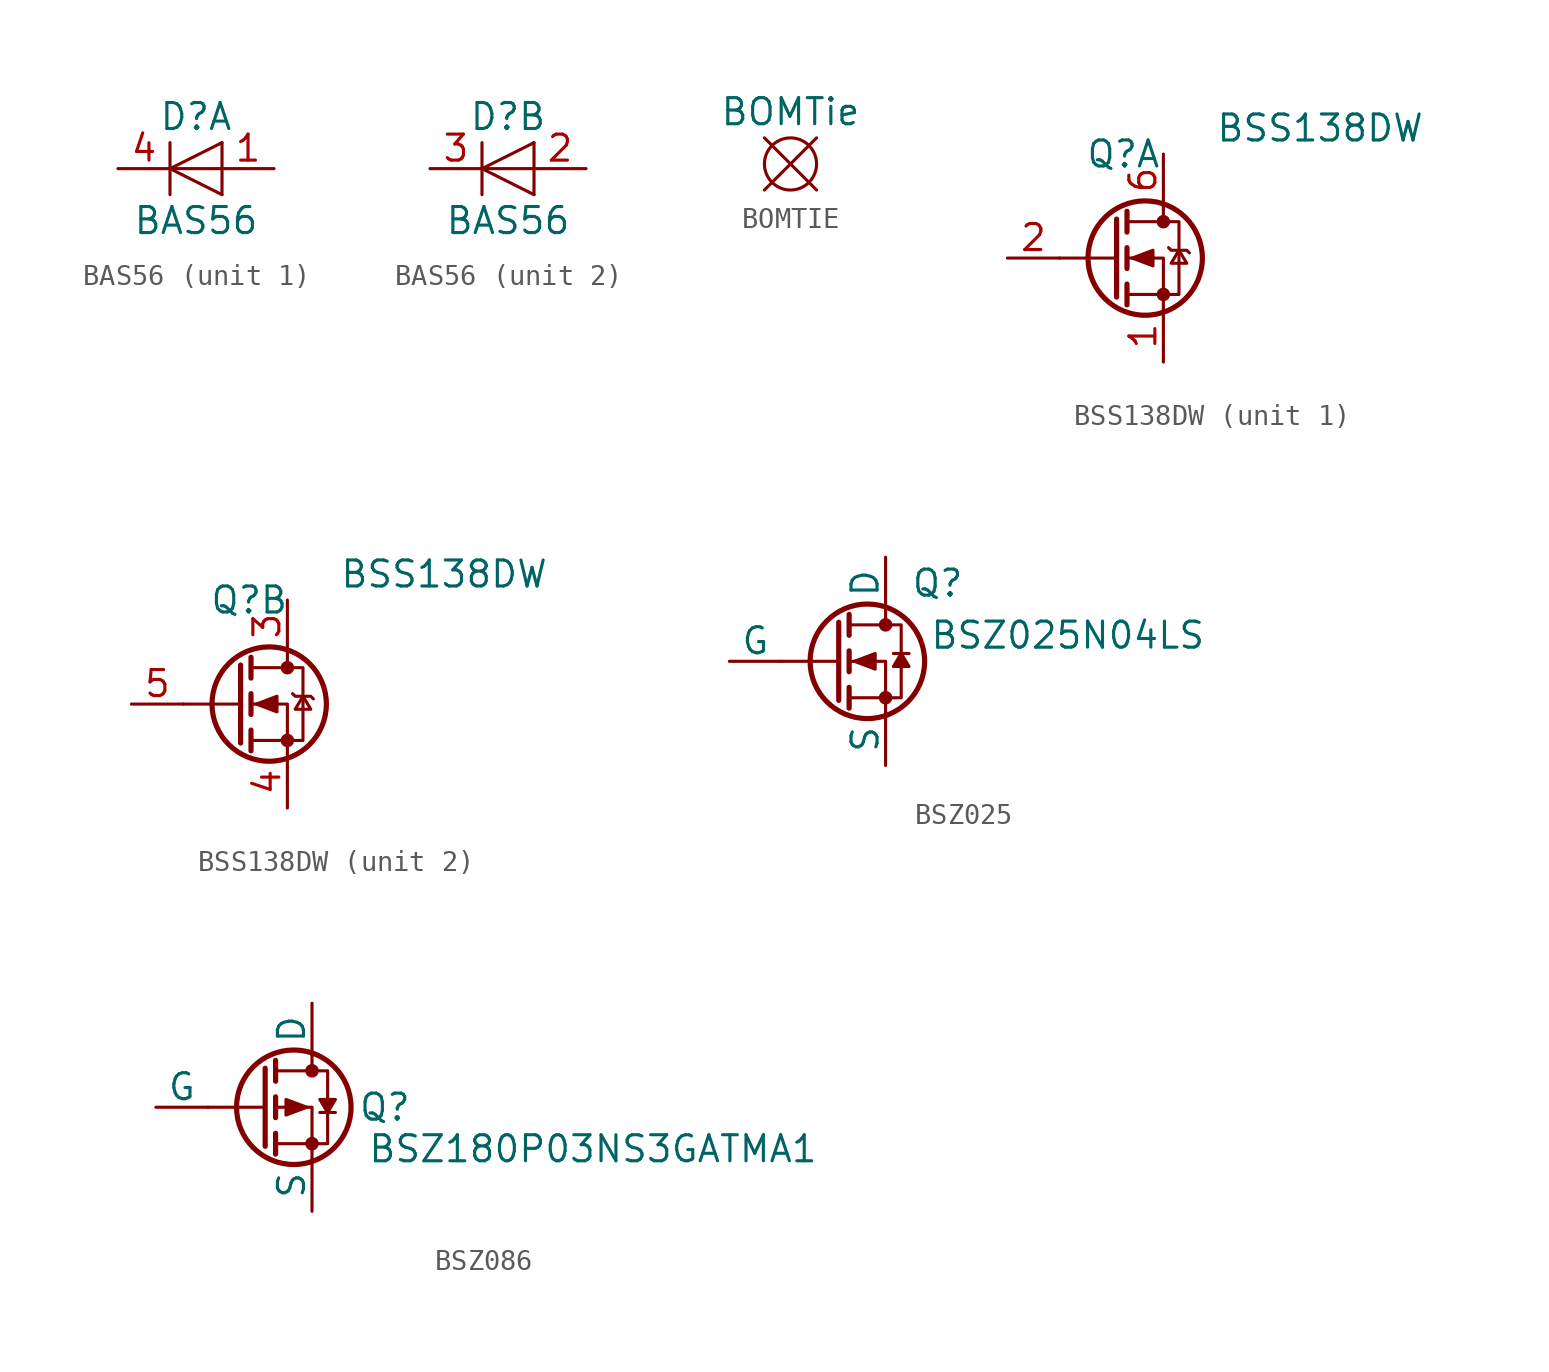
<source format=kicad_sym>
(kicad_symbol_lib
  (version 20220914)
  (generator kicad_symbol_editor)
  (symbol "BAS56"
    (pin_names
      (offset 1.016) hide)
    (property "Reference" "D"
      (at 0 2.54 0)
      (effects (font (size 1.27 1.27))))
    (property "Value" "BAS56"
      (at 0 -2.54 0)
      (effects (font (size 1.27 1.27))))
    (symbol "BAS56_0_1"
      (polyline (pts (xy -1.27 1.27) (xy -1.27 -1.27)) (stroke (width 0.152) (type default)) (fill (type none)))
      (polyline (pts (xy 1.27 0) (xy -1.27 0)) (stroke (width 0) (type default)) (fill (type none)))
      (polyline (pts (xy 1.27 1.27) (xy 1.27 -1.27)) (stroke (width 0) (type default)) (fill (type none)))
      (polyline (pts (xy 1.27 1.27) (xy -1.27 0) (xy 1.27 -1.27)) (stroke (width 0) (type default)) (fill (type none))))
    (symbol "BAS56_1_1"
      (pin passive line (at 3.81 0 180) (length 2.54) (name "K" (effects (font (size 1.27 1.27)))) (number "1" (effects (font (size 1.27 1.27)))))
      (pin passive line (at -3.81 0 0) (length 2.54) (name "A" (effects (font (size 1.27 1.27)))) (number "4" (effects (font (size 1.27 1.27))))))
    (symbol "BAS56_2_1"
      (pin passive line (at 3.81 0 180) (length 2.54) (name "K" (effects (font (size 1.27 1.27)))) (number "2" (effects (font (size 1.27 1.27)))))
      (pin passive line (at -3.81 0 0) (length 2.54) (name "A" (effects (font (size 1.27 1.27)))) (number "3" (effects (font (size 1.27 1.27)))))))
  (symbol "BOMTIE"
    (pin_numbers hide)
    (pin_names hide)
    (property "Reference" "BOM"
      (at 0 2.54 0)
      (effects (font (size 1.27 1.27)) hide))
    (property "Value" "BOMTie"
      (at 0 2.54 0)
      (effects (font (size 1.27 1.27))))
    (symbol "BOMTIE_0_1"
      (polyline (pts (xy -1.27 1.27) (xy 1.27 -1.27)) (stroke (width 0) (type default)) (fill (type none)))
      (polyline (pts (xy 1.27 1.27) (xy -1.27 -1.27)) (stroke (width 0) (type default)) (fill (type none)))
      (circle (center 0 0) (radius 1.27) (stroke (width 0) (type default)) (fill (type none)))))
  (symbol "BSS138DW"
    (pin_names
      (offset 0.762) hide)
    (property "Reference" "Q"
      (at -2.54 5.08 0)
      (effects (font (size 1.27 1.27)) (justify left)))
    (property "Value" "BSS138DW"
      (at 3.81 6.35 0)
      (effects (font (size 1.27 1.27)) (justify left)))
    (property "ki_locked" ""
      (at 0 0 0)
      (effects (font (size 1.27 1.27))))
    (symbol "BSS138DW_1_1"
      (polyline (pts (xy -1.016 0) (xy -3.81 0)) (stroke (width 0) (type default)) (fill (type none)))
      (polyline (pts (xy -1.016 1.905) (xy -1.016 -1.905)) (stroke (width 0.254) (type default)) (fill (type none)))
      (polyline (pts (xy -0.508 -1.27) (xy -0.508 -2.286)) (stroke (width 0.254) (type default)) (fill (type none)))
      (polyline (pts (xy -0.508 0.508) (xy -0.508 -0.508)) (stroke (width 0.254) (type default)) (fill (type none)))
      (polyline (pts (xy -0.508 2.286) (xy -0.508 1.27)) (stroke (width 0.254) (type default)) (fill (type none)))
      (polyline (pts (xy 1.27 2.54) (xy 1.27 1.778)) (stroke (width 0) (type default)) (fill (type none)))
      (polyline (pts (xy 1.27 -2.54) (xy 1.27 0) (xy -0.508 0)) (stroke (width 0) (type default)) (fill (type none)))
      (polyline (pts (xy -0.508 -1.778) (xy 2.032 -1.778) (xy 2.032 1.778) (xy -0.508 1.778)) (stroke (width 0) (type default)) (fill (type none)))
      (polyline (pts (xy -0.254 0) (xy 0.762 0.381) (xy 0.762 -0.381) (xy -0.254 0)) (stroke (width 0) (type default)) (fill (type outline)))
      (polyline (pts (xy 1.524 0.508) (xy 1.651 0.381) (xy 2.413 0.381) (xy 2.54 0.254)) (stroke (width 0) (type default)) (fill (type none)))
      (polyline (pts (xy 2.032 0.381) (xy 1.651 -0.254) (xy 2.413 -0.254) (xy 2.032 0.381)) (stroke (width 0) (type default)) (fill (type none)))
      (circle (center 0.381 0) (radius 2.794) (stroke (width 0.254) (type default)) (fill (type none)))
      (circle (center 1.27 -1.778) (radius 0.254) (stroke (width 0) (type default)) (fill (type outline)))
      (circle (center 1.27 1.778) (radius 0.254) (stroke (width 0) (type default)) (fill (type outline)))
      (pin passive line (at 1.27 -5.08 90) (length 2.54) (name "S2" (effects (font (size 1.27 1.27)))) (number "1" (effects (font (size 1.27 1.27)))))
      (pin input line (at -6.35 0 0) (length 2.54) (name "G2" (effects (font (size 1.27 1.27)))) (number "2" (effects (font (size 1.27 1.27)))))
      (pin passive line (at 1.27 5.08 270) (length 2.54) (name "D1" (effects (font (size 1.27 1.27)))) (number "6" (effects (font (size 1.27 1.27))))))
    (symbol "BSS138DW_2_1"
      (polyline (pts (xy -1.016 0) (xy -3.81 0)) (stroke (width 0) (type default)) (fill (type none)))
      (polyline (pts (xy -1.016 1.905) (xy -1.016 -1.905)) (stroke (width 0.254) (type default)) (fill (type none)))
      (polyline (pts (xy -0.508 -1.27) (xy -0.508 -2.286)) (stroke (width 0.254) (type default)) (fill (type none)))
      (polyline (pts (xy -0.508 0.508) (xy -0.508 -0.508)) (stroke (width 0.254) (type default)) (fill (type none)))
      (polyline (pts (xy -0.508 2.286) (xy -0.508 1.27)) (stroke (width 0.254) (type default)) (fill (type none)))
      (polyline (pts (xy 1.27 2.54) (xy 1.27 1.778)) (stroke (width 0) (type default)) (fill (type none)))
      (polyline (pts (xy 1.27 -2.54) (xy 1.27 0) (xy -0.508 0)) (stroke (width 0) (type default)) (fill (type none)))
      (polyline (pts (xy -0.508 -1.778) (xy 2.032 -1.778) (xy 2.032 1.778) (xy -0.508 1.778)) (stroke (width 0) (type default)) (fill (type none)))
      (polyline (pts (xy -0.254 0) (xy 0.762 0.381) (xy 0.762 -0.381) (xy -0.254 0)) (stroke (width 0) (type default)) (fill (type outline)))
      (polyline (pts (xy 1.524 0.508) (xy 1.651 0.381) (xy 2.413 0.381) (xy 2.54 0.254)) (stroke (width 0) (type default)) (fill (type none)))
      (polyline (pts (xy 2.032 0.381) (xy 1.651 -0.254) (xy 2.413 -0.254) (xy 2.032 0.381)) (stroke (width 0) (type default)) (fill (type none)))
      (circle (center 0.381 0) (radius 2.794) (stroke (width 0.254) (type default)) (fill (type none)))
      (circle (center 1.27 -1.778) (radius 0.254) (stroke (width 0) (type default)) (fill (type outline)))
      (circle (center 1.27 1.778) (radius 0.254) (stroke (width 0) (type default)) (fill (type outline)))
      (pin passive line (at 1.27 5.08 270) (length 2.54) (name "D2" (effects (font (size 1.27 1.27)))) (number "3" (effects (font (size 1.27 1.27)))))
      (pin passive line (at 1.27 -5.08 90) (length 2.54) (name "S1" (effects (font (size 1.27 1.27)))) (number "4" (effects (font (size 1.27 1.27)))))
      (pin input line (at -6.35 0 0) (length 2.54) (name "G1" (effects (font (size 1.27 1.27)))) (number "5" (effects (font (size 1.27 1.27)))))))
  (symbol "BSZ025"
    (pin_numbers hide)
    (pin_names
      (offset 0))
    (property "Reference" "Q"
      (at 2.54 3.81 0)
      (effects (font (size 1.27 1.27))))
    (property "Value" "BSZ025N04LS"
      (at 8.89 1.27 0)
      (effects (font (size 1.27 1.27))))
    (symbol "BSZ025_0_1"
      (circle (center -0.889 0) (radius 2.794) (stroke (width 0.254) (type default)) (fill (type none)))
      (circle (center 0 -1.778) (radius 0.254) (stroke (width 0) (type default)) (fill (type outline)))
      (polyline (pts (xy -2.286 0) (xy -5.08 0)) (stroke (width 0) (type default)) (fill (type none)))
      (polyline (pts (xy -2.286 1.905) (xy -2.286 -1.905)) (stroke (width 0.254) (type default)) (fill (type none)))
      (polyline (pts (xy -1.778 -1.27) (xy -1.778 -2.286)) (stroke (width 0.254) (type default)) (fill (type none)))
      (polyline (pts (xy -1.778 0.508) (xy -1.778 -0.508)) (stroke (width 0.254) (type default)) (fill (type none)))
      (polyline (pts (xy -1.778 2.286) (xy -1.778 1.27)) (stroke (width 0.254) (type default)) (fill (type none)))
      (polyline (pts (xy 0 2.54) (xy 0 1.778)) (stroke (width 0) (type default)) (fill (type none)))
      (polyline (pts (xy 0 -2.54) (xy 0 0) (xy -1.778 0)) (stroke (width 0) (type default)) (fill (type none)))
      (polyline (pts (xy -1.778 -1.778) (xy 0.762 -1.778) (xy 0.762 1.778) (xy -1.778 1.778)) (stroke (width 0) (type default)) (fill (type none)))
      (polyline (pts (xy -1.524 0) (xy -0.508 0.381) (xy -0.508 -0.381) (xy -1.524 0)) (stroke (width 0) (type default)) (fill (type outline)))
      (polyline (pts (xy 0.381 0.381) (xy 0.381 0.381) (xy 1.143 0.381) (xy 1.143 0.381)) (stroke (width 0) (type default)) (fill (type none)))
      (circle (center 0 1.778) (radius 0.254) (stroke (width 0) (type default)) (fill (type outline))))
    (symbol "BSZ025_1_1"
      (polyline (pts (xy 0.762 0.381) (xy 0.381 -0.254) (xy 1.143 -0.254) (xy 0.762 0.381)) (stroke (width 0) (type default)) (fill (type outline)))
      (pin passive line (at 0 -5.08 90) (length 2.54) (name "S" (effects (font (size 1.27 1.27)))) (number "1" (effects (font (size 1.27 1.27)))))
      (pin input line (at -7.62 0 0) (length 2.54) (name "G" (effects (font (size 1.27 1.27)))) (number "4" (effects (font (size 1.27 1.27)))))
      (pin passive line (at 0 5.08 270) (length 2.54) (name "D" (effects (font (size 1.27 1.27)))) (number "5" (effects (font (size 1.27 1.27)))))))
  (symbol "BSZ086"
    (pin_numbers hide)
    (pin_names
      (offset 0))
    (property "Reference" "Q"
      (at 3.556 0 0)
      (effects (font (size 1.27 1.27))))
    (property "Value" "BSZ180P03NS3GATMA1"
      (at 13.716 -2.032 0)
      (effects (font (size 1.27 1.27))))
    (symbol "BSZ086_0_1"
      (circle (center -0.889 0) (radius 2.794) (stroke (width 0.254) (type default)) (fill (type none)))
      (circle (center 0 -1.778) (radius 0.254) (stroke (width 0) (type default)) (fill (type outline)))
      (polyline (pts (xy -2.286 0) (xy -5.08 0)) (stroke (width 0) (type default)) (fill (type none)))
      (polyline (pts (xy -2.286 1.905) (xy -2.286 -1.905)) (stroke (width 0.254) (type default)) (fill (type none)))
      (polyline (pts (xy -1.778 -1.27) (xy -1.778 -2.286)) (stroke (width 0.254) (type default)) (fill (type none)))
      (polyline (pts (xy -1.778 0.508) (xy -1.778 -0.508)) (stroke (width 0.254) (type default)) (fill (type none)))
      (polyline (pts (xy -1.778 2.286) (xy -1.778 1.27)) (stroke (width 0.254) (type default)) (fill (type none)))
      (polyline (pts (xy 0 2.54) (xy 0 1.778)) (stroke (width 0) (type default)) (fill (type none)))
      (polyline (pts (xy 0 -2.54) (xy 0 0) (xy -1.778 0)) (stroke (width 0) (type default)) (fill (type none)))
      (polyline (pts (xy -1.778 -1.778) (xy 0.762 -1.778) (xy 0.762 1.778) (xy -1.778 1.778)) (stroke (width 0) (type default)) (fill (type none)))
      (polyline (pts (xy -0.254 0) (xy -1.27 -0.381) (xy -1.27 0.381) (xy -0.254 0)) (stroke (width 0) (type default)) (fill (type outline)))
      (polyline (pts (xy 1.143 -0.254) (xy 1.143 -0.254) (xy 0.381 -0.254) (xy 0.381 -0.254)) (stroke (width 0) (type default)) (fill (type none)))
      (circle (center 0 1.778) (radius 0.254) (stroke (width 0) (type default)) (fill (type outline))))
    (symbol "BSZ086_1_1"
      (polyline (pts (xy 0.762 -0.254) (xy 1.143 0.381) (xy 0.381 0.381) (xy 0.762 -0.254)) (stroke (width 0) (type default)) (fill (type outline)))
      (pin passive line (at 0 -5.08 90) (length 2.54) (name "S" (effects (font (size 1.27 1.27)))) (number "1" (effects (font (size 1.27 1.27)))))
      (pin input line (at -7.62 0 0) (length 2.54) (name "G" (effects (font (size 1.27 1.27)))) (number "4" (effects (font (size 1.27 1.27)))))
      (pin passive line (at 0 5.08 270) (length 2.54) (name "D" (effects (font (size 1.27 1.27)))) (number "5" (effects (font (size 1.27 1.27))))))))
</source>
